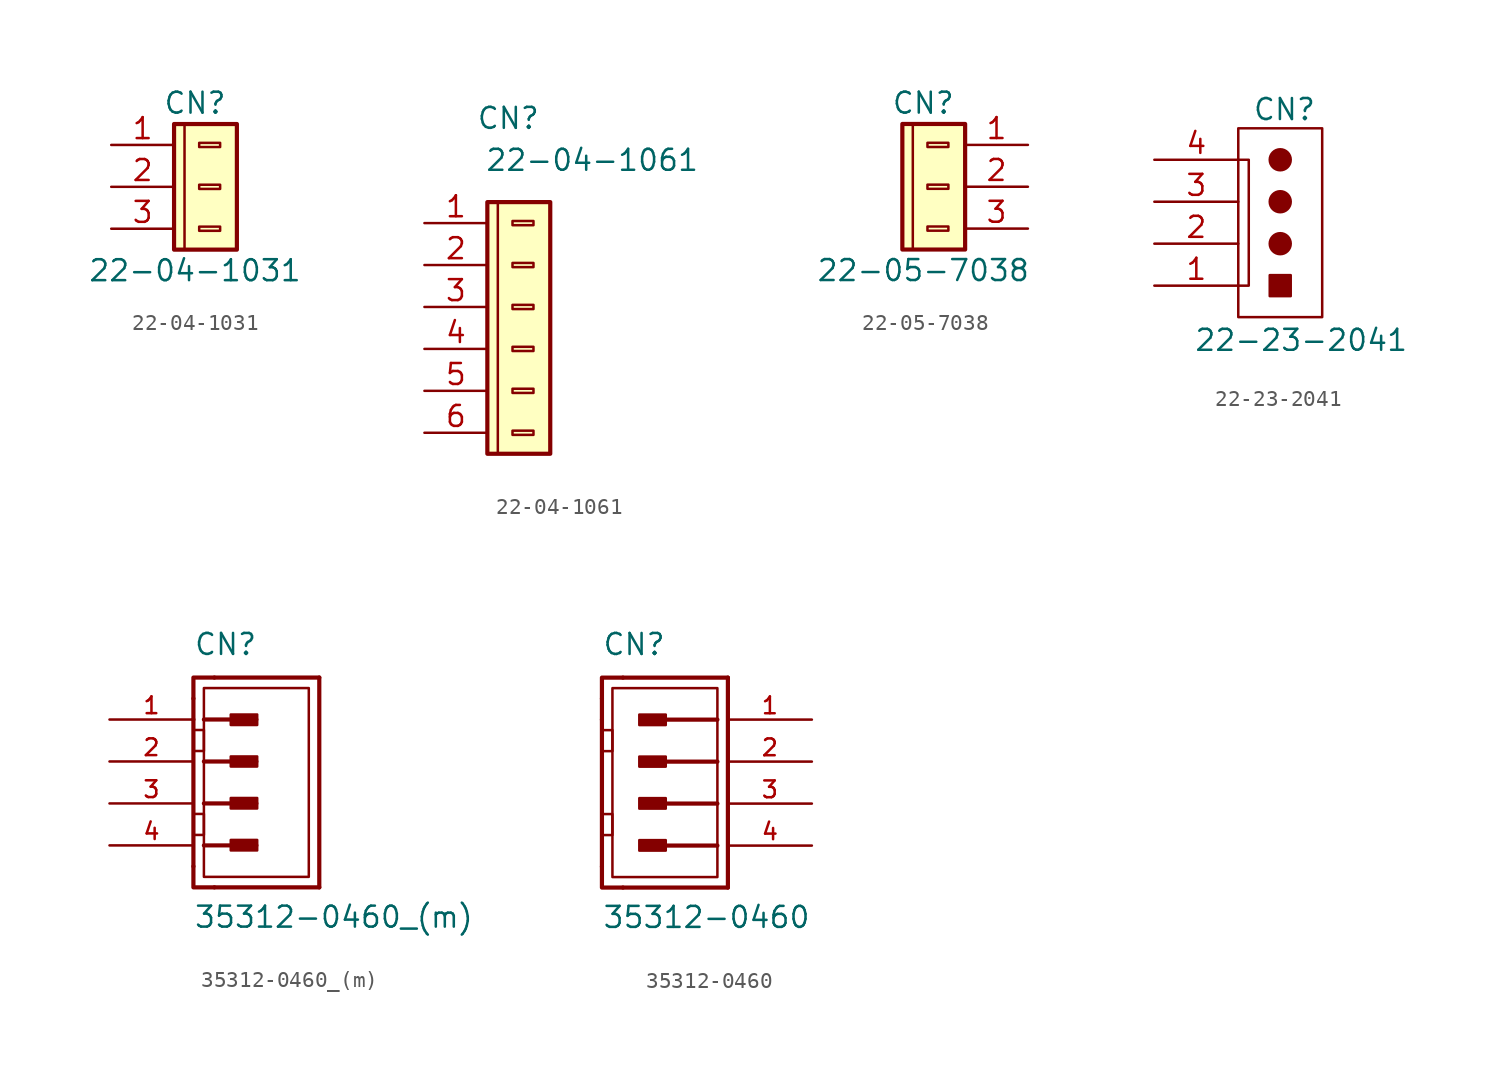
<source format=kicad_sym>
(kicad_symbol_lib
  (version 20241209)
  (generator "kicad_symbol_editor")
  (generator_version "9.0")
  (symbol "22-04-1031"
    (pin_names
      (offset 1.016)
      (hide yes))
    (property "Reference" "CN"
      (at 0 5.08 0)
      (effects (font (size 1.27 1.27))))
    (property "Value" "22-04-1031"
      (at 0 -5.08 0)
      (effects (font (size 1.27 1.27))))
    (symbol "22-04-1031_0_1"
      (polyline (pts (xy -0.635 3.81) (xy -0.635 -3.81)) (stroke (width 0) (type default)) (fill (type none))))
    (symbol "22-04-1031_1_1"
      (rectangle (start -1.27 3.81) (end 2.54 -3.81) (stroke (width 0.254) (type default)) (fill (type background)))
      (rectangle (start 0.254 2.667) (end 1.524 2.413) (stroke (width 0.152) (type default)) (fill (type none)))
      (rectangle (start 0.254 0.127) (end 1.524 -0.127) (stroke (width 0.152) (type default)) (fill (type none)))
      (rectangle (start 0.254 -2.413) (end 1.524 -2.667) (stroke (width 0.152) (type default)) (fill (type none)))
      (pin passive line (at -5.08 2.54 0) (length 3.81) (name "Pin_1" (effects (font (size 1.27 1.27)))) (number "1" (effects (font (size 1.27 1.27)))))
      (pin passive line (at -5.08 0 0) (length 3.81) (name "Pin_2" (effects (font (size 1.27 1.27)))) (number "2" (effects (font (size 1.27 1.27)))))
      (pin passive line (at -5.08 -2.54 0) (length 3.81) (name "Pin_3" (effects (font (size 1.27 1.27)))) (number "3" (effects (font (size 1.27 1.27)))))))
  (symbol "22-04-1061"
    (pin_names
      (offset 1.016)
      (hide yes))
    (property "Reference" "CN"
      (at 0 8.89 0)
      (effects (font (size 1.27 1.27))))
    (property "Value" "22-04-1061"
      (at 5.08 6.35 0)
      (effects (font (size 1.27 1.27))))
    (symbol "22-04-1061_0_1"
      (polyline (pts (xy -0.635 3.81) (xy -0.635 -11.303)) (stroke (width 0) (type default)) (fill (type none))))
    (symbol "22-04-1061_1_1"
      (rectangle (start -1.27 3.81) (end 2.54 -11.43) (stroke (width 0.254) (type default)) (fill (type background)))
      (rectangle (start 0.254 2.667) (end 1.524 2.413) (stroke (width 0.152) (type default)) (fill (type none)))
      (rectangle (start 0.254 0.127) (end 1.524 -0.127) (stroke (width 0.152) (type default)) (fill (type none)))
      (rectangle (start 0.254 -2.413) (end 1.524 -2.667) (stroke (width 0.152) (type default)) (fill (type none)))
      (rectangle (start 0.254 -4.953) (end 1.524 -5.207) (stroke (width 0.152) (type default)) (fill (type none)))
      (rectangle (start 0.254 -7.493) (end 1.524 -7.747) (stroke (width 0.152) (type default)) (fill (type none)))
      (rectangle (start 0.254 -10.033) (end 1.524 -10.287) (stroke (width 0.152) (type default)) (fill (type none)))
      (pin passive line (at -5.08 2.54 0) (length 3.81) (name "1" (effects (font (size 1.27 1.27)))) (number "1" (effects (font (size 1.27 1.27)))))
      (pin passive line (at -5.08 0 0) (length 3.81) (name "2" (effects (font (size 1.27 1.27)))) (number "2" (effects (font (size 1.27 1.27)))))
      (pin passive line (at -5.08 -2.54 0) (length 3.81) (name "3" (effects (font (size 1.27 1.27)))) (number "3" (effects (font (size 1.27 1.27)))))
      (pin passive line (at -5.08 -5.08 0) (length 3.81) (name "4" (effects (font (size 1.27 1.27)))) (number "4" (effects (font (size 1.27 1.27)))))
      (pin passive line (at -5.08 -7.62 0) (length 3.81) (name "5" (effects (font (size 1.27 1.27)))) (number "5" (effects (font (size 1.27 1.27)))))
      (pin passive line (at -5.08 -10.16 0) (length 3.81) (name "6" (effects (font (size 1.27 1.27)))) (number "6" (effects (font (size 1.27 1.27)))))))
  (symbol "22-05-7038"
    (pin_names
      (offset 1.016)
      (hide yes))
    (property "Reference" "CN"
      (at 0 5.08 0)
      (effects (font (size 1.27 1.27))))
    (property "Value" "22-05-7038"
      (at 0 -5.08 0)
      (effects (font (size 1.27 1.27))))
    (symbol "22-05-7038_0_1"
      (polyline (pts (xy -0.635 3.81) (xy -0.635 -3.81)) (stroke (width 0) (type default)) (fill (type none))))
    (symbol "22-05-7038_1_1"
      (rectangle (start -1.27 3.81) (end 2.54 -3.81) (stroke (width 0.254) (type default)) (fill (type background)))
      (rectangle (start 0.254 2.667) (end 1.524 2.413) (stroke (width 0.152) (type default)) (fill (type none)))
      (rectangle (start 0.254 0.127) (end 1.524 -0.127) (stroke (width 0.152) (type default)) (fill (type none)))
      (rectangle (start 0.254 -2.413) (end 1.524 -2.667) (stroke (width 0.152) (type default)) (fill (type none)))
      (pin passive line (at 6.35 2.54 180) (length 3.81) (name "Pin_1" (effects (font (size 1.27 1.27)))) (number "1" (effects (font (size 1.27 1.27)))))
      (pin passive line (at 6.35 0 180) (length 3.81) (name "Pin_2" (effects (font (size 1.27 1.27)))) (number "2" (effects (font (size 1.27 1.27)))))
      (pin passive line (at 6.35 -2.54 180) (length 3.81) (name "Pin_3" (effects (font (size 1.27 1.27)))) (number "3" (effects (font (size 1.27 1.27)))))))
  (symbol "22-23-2041"
    (property "Reference" "CN"
      (at 0.254 6.858 0)
      (effects (font (size 1.27 1.27))))
    (property "Value" "22-23-2041"
      (at 1.27 -7.112 0)
      (effects (font (size 1.27 1.27))))
    (symbol "22-23-2041_0_1"
      (rectangle (start -2.54 5.715) (end 2.54 -5.715) (stroke (width 0) (type default)) (fill (type none)))
      (polyline (pts (xy -2.54 -3.81) (xy -1.905 -3.81) (xy -1.905 3.81) (xy -2.54 3.81)) (stroke (width 0) (type default)) (fill (type none))))
    (symbol "22-23-2041_1_1"
      (rectangle (start -0.635 -3.175) (end 0.635 -4.445) (stroke (width 0) (type default)) (fill (type outline)))
      (circle (center 0 3.81) (radius 0.635) (stroke (width 0) (type default)) (fill (type outline)))
      (circle (center 0 1.27) (radius 0.635) (stroke (width 0) (type default)) (fill (type outline)))
      (circle (center 0 -1.27) (radius 0.635) (stroke (width 0) (type default)) (fill (type outline)))
      (pin passive line (at -7.62 3.81 0) (length 5.08) (name "" (effects (font (size 1.27 1.27)))) (number "4" (effects (font (size 1.27 1.27)))))
      (pin passive line (at -7.62 1.27 0) (length 5.08) (name "" (effects (font (size 1.27 1.27)))) (number "3" (effects (font (size 1.27 1.27)))))
      (pin passive line (at -7.62 -1.27 0) (length 5.08) (name "" (effects (font (size 1.27 1.27)))) (number "2" (effects (font (size 1.27 1.27)))))
      (pin passive line (at -7.62 -3.81 0) (length 5.08) (name "" (effects (font (size 1.27 1.27)))) (number "1" (effects (font (size 1.27 1.27)))))))
  (symbol "35312-0460_(m)"
    (pin_names
      (offset 1.016)
      (hide yes))
    (property "Reference" "CN"
      (at 0 6.35 0)
      (effects (font (size 1.27 1.27)) (justify left bottom)))
    (property "Value" "35312-0460_(m)"
      (at 0 -10.16 0)
      (effects (font (size 1.27 1.27)) (justify left bottom)))
    (symbol "35312-0460_(m)_0_0"
      (polyline (pts (xy 0 3.81) (xy 0 2.54)) (stroke (width 0.254) (type default)) (fill (type none)))
      (polyline (pts (xy 0 3.81) (xy 0 5.08) (xy 1.27 5.08)) (stroke (width 0.254) (type default)) (fill (type none)))
      (polyline (pts (xy 0 2.54) (xy 0 -6.35)) (stroke (width 0.254) (type default)) (fill (type none)))
      (polyline (pts (xy 0 -6.35) (xy 0 -7.62) (xy 1.27 -7.62)) (stroke (width 0.254) (type default)) (fill (type none)))
      (polyline (pts (xy 0.635 2.54) (xy 3.81 2.54)) (stroke (width 0.254) (type default)) (fill (type none)))
      (polyline (pts (xy 0.635 0) (xy 3.81 0)) (stroke (width 0.254) (type default)) (fill (type none)))
      (polyline (pts (xy 0.635 -2.54) (xy 3.81 -2.54)) (stroke (width 0.254) (type default)) (fill (type none)))
      (polyline (pts (xy 0.635 -5.08) (xy 3.81 -5.08)) (stroke (width 0.254) (type default)) (fill (type none)))
      (polyline (pts (xy 1.27 -7.62) (xy 7.62 -7.62)) (stroke (width 0.254) (type default)) (fill (type none)))
      (rectangle (start 2.261 2.21) (end 3.861 2.845) (stroke (width 0) (type default)) (fill (type outline)))
      (rectangle (start 2.261 -0.305) (end 3.861 0.305) (stroke (width 0) (type default)) (fill (type outline)))
      (rectangle (start 2.261 -2.845) (end 3.861 -2.21) (stroke (width 0) (type default)) (fill (type outline)))
      (rectangle (start 2.261 -5.385) (end 3.861 -4.75) (stroke (width 0) (type default)) (fill (type outline)))
      (polyline (pts (xy 7.62 5.08) (xy 1.27 5.08)) (stroke (width 0.254) (type default)) (fill (type none)))
      (polyline (pts (xy 7.62 -7.62) (xy 7.62 5.08)) (stroke (width 0.254) (type default)) (fill (type none)))
      (pin passive line (at -5.08 0 0) (length 5.08) (name "2" (effects (font (size 1.016 1.016)))) (number "2" (effects (font (size 1.016 1.016)))))
      (pin passive line (at -5.08 -5.08 0) (length 5.08) (name "4" (effects (font (size 1.016 1.016)))) (number "4" (effects (font (size 1.016 1.016))))))
    (symbol "35312-0460_(m)_0_1"
      (rectangle (start 0 1.905) (end 0.635 0.635) (stroke (width 0) (type default)) (fill (type none)))
      (rectangle (start 0 -3.175) (end 0.635 -4.445) (stroke (width 0) (type default)) (fill (type none)))
      (rectangle (start 0.635 4.445) (end 6.985 -6.985) (stroke (width 0) (type default)) (fill (type none))))
    (symbol "35312-0460_(m)_1_0"
      (pin passive line (at -5.08 2.54 0) (length 5.08) (name "1" (effects (font (size 1.016 1.016)))) (number "1" (effects (font (size 1.016 1.016)))))
      (pin passive line (at -5.08 -2.54 0) (length 5.08) (name "3" (effects (font (size 1.016 1.016)))) (number "3" (effects (font (size 1.016 1.016)))))))
  (symbol "35312-0460"
    (pin_names
      (offset 1.016)
      (hide yes))
    (property "Reference" "CN"
      (at 0 6.35 0)
      (effects (font (size 1.27 1.27)) (justify left bottom)))
    (property "Value" "35312-0460"
      (at 0 -10.16 0)
      (effects (font (size 1.27 1.27)) (justify left bottom)))
    (symbol "35312-0460_0_0"
      (polyline (pts (xy 0 3.81) (xy 0 2.54)) (stroke (width 0.254) (type default)) (fill (type none)))
      (polyline (pts (xy 0 3.81) (xy 0 5.08) (xy 1.27 5.08)) (stroke (width 0.254) (type default)) (fill (type none)))
      (polyline (pts (xy 0 2.54) (xy 0 -6.35)) (stroke (width 0.254) (type default)) (fill (type none)))
      (polyline (pts (xy 0 -6.35) (xy 0 -7.62) (xy 1.27 -7.62)) (stroke (width 0.254) (type default)) (fill (type none)))
      (polyline (pts (xy 1.27 -7.62) (xy 7.62 -7.62)) (stroke (width 0.254) (type default)) (fill (type none)))
      (rectangle (start 2.261 2.21) (end 3.861 2.845) (stroke (width 0) (type default)) (fill (type outline)))
      (rectangle (start 2.261 -0.305) (end 3.861 0.305) (stroke (width 0) (type default)) (fill (type outline)))
      (rectangle (start 2.261 -2.845) (end 3.861 -2.21) (stroke (width 0) (type default)) (fill (type outline)))
      (rectangle (start 2.261 -5.385) (end 3.861 -4.75) (stroke (width 0) (type default)) (fill (type outline)))
      (polyline (pts (xy 3.81 2.54) (xy 6.985 2.54)) (stroke (width 0.254) (type default)) (fill (type none)))
      (polyline (pts (xy 3.81 0) (xy 6.985 0)) (stroke (width 0.254) (type default)) (fill (type none)))
      (polyline (pts (xy 3.81 -2.54) (xy 6.985 -2.54)) (stroke (width 0.254) (type default)) (fill (type none)))
      (polyline (pts (xy 3.81 -5.08) (xy 6.985 -5.08)) (stroke (width 0.254) (type default)) (fill (type none)))
      (polyline (pts (xy 7.62 5.08) (xy 1.27 5.08)) (stroke (width 0.254) (type default)) (fill (type none)))
      (polyline (pts (xy 7.62 -7.62) (xy 7.62 5.08)) (stroke (width 0.254) (type default)) (fill (type none)))
      (pin passive line (at 12.7 0 180) (length 5.08) (name "2" (effects (font (size 1.016 1.016)))) (number "2" (effects (font (size 1.016 1.016)))))
      (pin passive line (at 12.7 -5.08 180) (length 5.08) (name "4" (effects (font (size 1.016 1.016)))) (number "4" (effects (font (size 1.016 1.016))))))
    (symbol "35312-0460_0_1"
      (rectangle (start 0 1.905) (end 0.635 0.635) (stroke (width 0) (type default)) (fill (type none)))
      (rectangle (start 0 -3.175) (end 0.635 -4.445) (stroke (width 0) (type default)) (fill (type none)))
      (rectangle (start 0.635 4.445) (end 6.985 -6.985) (stroke (width 0) (type default)) (fill (type none))))
    (symbol "35312-0460_1_0"
      (pin passive line (at 12.7 2.54 180) (length 5.08) (name "1" (effects (font (size 1.016 1.016)))) (number "1" (effects (font (size 1.016 1.016)))))
      (pin passive line (at 12.7 -2.54 180) (length 5.08) (name "3" (effects (font (size 1.016 1.016)))) (number "3" (effects (font (size 1.016 1.016))))))))
</source>
